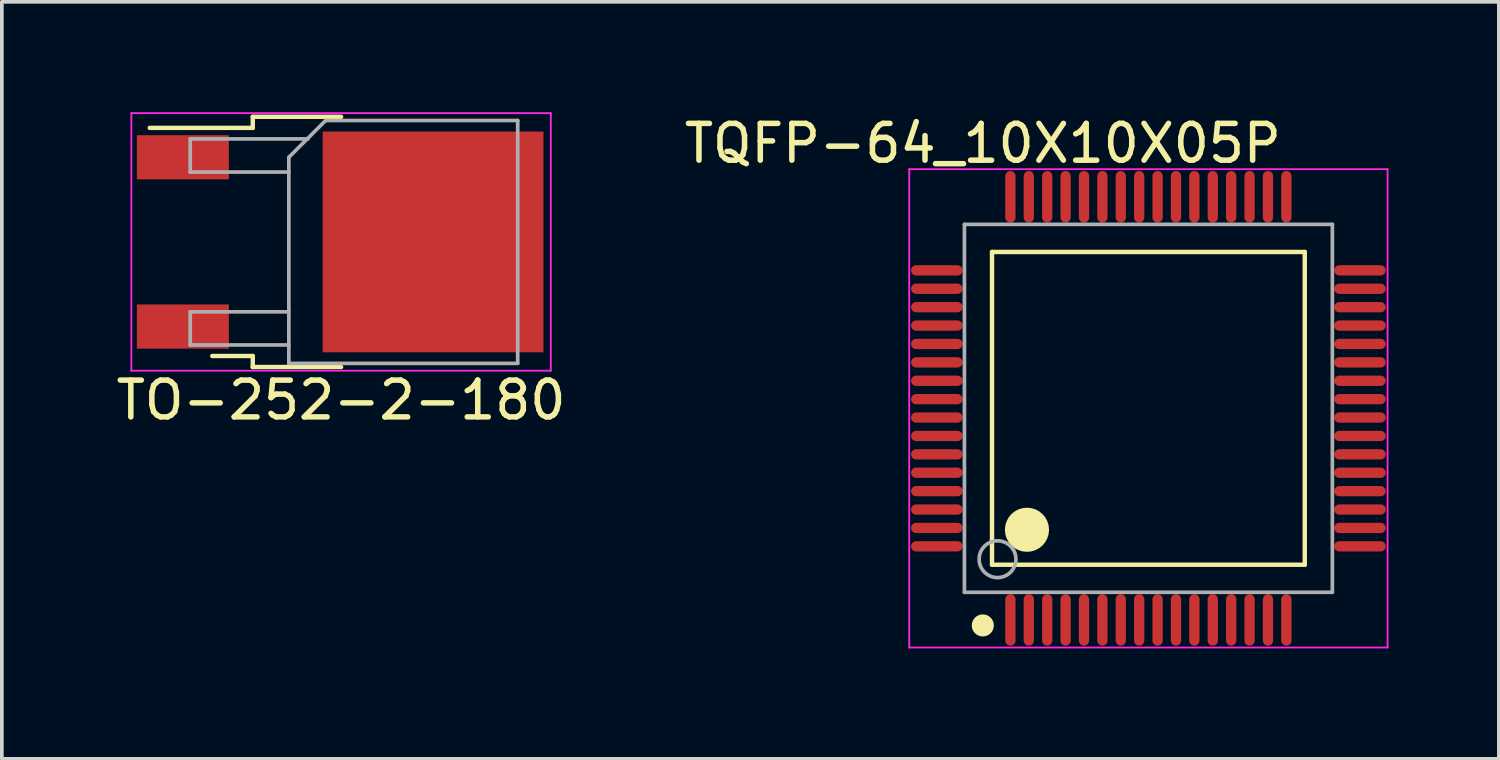
<source format=kicad_pcb>
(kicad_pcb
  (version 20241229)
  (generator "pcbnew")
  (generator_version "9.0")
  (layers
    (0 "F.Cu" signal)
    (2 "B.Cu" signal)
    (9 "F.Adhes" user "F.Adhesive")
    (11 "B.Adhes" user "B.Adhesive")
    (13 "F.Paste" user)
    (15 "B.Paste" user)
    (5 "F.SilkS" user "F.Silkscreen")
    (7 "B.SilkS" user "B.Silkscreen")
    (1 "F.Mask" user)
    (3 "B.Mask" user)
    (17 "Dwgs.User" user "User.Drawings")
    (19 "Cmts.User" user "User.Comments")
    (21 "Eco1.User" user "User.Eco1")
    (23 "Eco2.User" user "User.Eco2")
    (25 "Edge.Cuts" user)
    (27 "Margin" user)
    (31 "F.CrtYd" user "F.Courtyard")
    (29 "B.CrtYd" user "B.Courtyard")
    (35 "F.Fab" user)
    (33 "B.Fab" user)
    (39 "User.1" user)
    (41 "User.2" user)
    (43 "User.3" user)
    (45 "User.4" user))
  (footprint "TQFP-64_10X10X05P"
    (layer "F.Cu")
    (at 28.161 8.048)
    (property "Reference" "TQFP-64_10X10X05P" (at -4.5 -7.2 0) (layer "F.SilkS") (effects (font (size 1 1) (thickness 0.15))))
    (attr through_hole)
    (fp_line (start -4.25 -4.25) (end 4.25 -4.25) (stroke (width 0.12) (type solid)) (layer "F.SilkS"))
    (fp_line (start -4.25 4.25) (end -4.25 -4.25) (stroke (width 0.12) (type solid)) (layer "F.SilkS"))
    (fp_line (start -4.25 4.25) (end 4.25 4.25) (stroke (width 0.12) (type solid)) (layer "F.SilkS"))
    (fp_line (start 4.25 4.25) (end 4.25 -4.25) (stroke (width 0.12) (type solid)) (layer "F.SilkS"))
    (fp_circle (center -4.5 5.9) (end -4.35 5.9) (stroke (width 0.3) (type solid)) (fill no) (layer "F.SilkS"))
    (fp_circle (center -3.3 3.3) (end -3 3.3) (stroke (width 0.6) (type solid)) (fill no) (layer "F.SilkS"))
    (fp_line (start -6.5 -6.5) (end 6.5 -6.5) (stroke (width 0.05) (type solid)) (layer "F.CrtYd"))
    (fp_line (start -6.5 6.5) (end -6.5 -6.5) (stroke (width 0.05) (type solid)) (layer "F.CrtYd"))
    (fp_line (start 6.5 -6.5) (end 6.5 6.5) (stroke (width 0.05) (type solid)) (layer "F.CrtYd"))
    (fp_line (start 6.5 6.5) (end -6.5 6.5) (stroke (width 0.05) (type solid)) (layer "F.CrtYd"))
    (fp_line (start -5 -5) (end 5 -5) (stroke (width 0.1) (type solid)) (layer "F.Fab"))
    (fp_line (start -5 5) (end -5 -5) (stroke (width 0.1) (type solid)) (layer "F.Fab"))
    (fp_line (start -5 5) (end 5 5) (stroke (width 0.1) (type solid)) (layer "F.Fab"))
    (fp_line (start 5 5) (end 5 -5) (stroke (width 0.1) (type solid)) (layer "F.Fab"))
    (fp_circle (center -4.1 4.1) (end -3.6 4.1) (stroke (width 0.1) (type solid)) (fill no) (layer "F.Fab"))
    (pad "1" smd oval (at -3.75 5.75 180) (size 0.28 1.4) (layers "F.Cu" "F.Mask" "F.Paste"))
    (pad "2" smd oval (at -3.25 5.75 180) (size 0.28 1.4) (layers "F.Cu" "F.Mask" "F.Paste"))
    (pad "3" smd oval (at -2.75 5.75 180) (size 0.28 1.4) (layers "F.Cu" "F.Mask" "F.Paste"))
    (pad "4" smd oval (at -2.25 5.75 180) (size 0.28 1.4) (layers "F.Cu" "F.Mask" "F.Paste"))
    (pad "5" smd oval (at -1.75 5.75 180) (size 0.28 1.4) (layers "F.Cu" "F.Mask" "F.Paste"))
    (pad "6" smd oval (at -1.25 5.75 180) (size 0.28 1.4) (layers "F.Cu" "F.Mask" "F.Paste"))
    (pad "7" smd oval (at -0.75 5.75 180) (size 0.28 1.4) (layers "F.Cu" "F.Mask" "F.Paste"))
    (pad "8" smd oval (at -0.25 5.75 180) (size 0.28 1.4) (layers "F.Cu" "F.Mask" "F.Paste"))
    (pad "9" smd oval (at 0.25 5.75 180) (size 0.28 1.4) (layers "F.Cu" "F.Mask" "F.Paste"))
    (pad "10" smd oval (at 0.75 5.75 180) (size 0.28 1.4) (layers "F.Cu" "F.Mask" "F.Paste"))
    (pad "11" smd oval (at 1.25 5.75 180) (size 0.28 1.4) (layers "F.Cu" "F.Mask" "F.Paste"))
    (pad "12" smd oval (at 1.75 5.75 180) (size 0.28 1.4) (layers "F.Cu" "F.Mask" "F.Paste"))
    (pad "13" smd oval (at 2.25 5.75 180) (size 0.28 1.4) (layers "F.Cu" "F.Mask" "F.Paste"))
    (pad "14" smd oval (at 2.75 5.75 180) (size 0.28 1.4) (layers "F.Cu" "F.Mask" "F.Paste"))
    (pad "15" smd oval (at 3.25 5.75 180) (size 0.28 1.4) (layers "F.Cu" "F.Mask" "F.Paste"))
    (pad "16" smd oval (at 3.75 5.75 180) (size 0.28 1.4) (layers "F.Cu" "F.Mask" "F.Paste"))
    (pad "17" smd oval (at 5.75 3.75 90) (size 0.28 1.4) (layers "F.Cu" "F.Mask" "F.Paste"))
    (pad "18" smd oval (at 5.75 3.25 90) (size 0.28 1.4) (layers "F.Cu" "F.Mask" "F.Paste"))
    (pad "19" smd oval (at 5.75 2.75 90) (size 0.28 1.4) (layers "F.Cu" "F.Mask" "F.Paste"))
    (pad "20" smd oval (at 5.75 2.25 90) (size 0.28 1.4) (layers "F.Cu" "F.Mask" "F.Paste"))
    (pad "21" smd oval (at 5.75 1.75 90) (size 0.28 1.4) (layers "F.Cu" "F.Mask" "F.Paste"))
    (pad "22" smd oval (at 5.75 1.25 90) (size 0.28 1.4) (layers "F.Cu" "F.Mask" "F.Paste"))
    (pad "23" smd oval (at 5.75 0.75 90) (size 0.28 1.4) (layers "F.Cu" "F.Mask" "F.Paste"))
    (pad "24" smd oval (at 5.75 0.25 90) (size 0.28 1.4) (layers "F.Cu" "F.Mask" "F.Paste"))
    (pad "25" smd oval (at 5.75 -0.25 90) (size 0.28 1.4) (layers "F.Cu" "F.Mask" "F.Paste"))
    (pad "26" smd oval (at 5.75 -0.75 90) (size 0.28 1.4) (layers "F.Cu" "F.Mask" "F.Paste"))
    (pad "27" smd oval (at 5.75 -1.25 90) (size 0.28 1.4) (layers "F.Cu" "F.Mask" "F.Paste"))
    (pad "28" smd oval (at 5.75 -1.75 90) (size 0.28 1.4) (layers "F.Cu" "F.Mask" "F.Paste"))
    (pad "29" smd oval (at 5.75 -2.25 90) (size 0.28 1.4) (layers "F.Cu" "F.Mask" "F.Paste"))
    (pad "30" smd oval (at 5.75 -2.75 90) (size 0.28 1.4) (layers "F.Cu" "F.Mask" "F.Paste"))
    (pad "31" smd oval (at 5.75 -3.25 90) (size 0.28 1.4) (layers "F.Cu" "F.Mask" "F.Paste"))
    (pad "32" smd oval (at 5.75 -3.75 90) (size 0.28 1.4) (layers "F.Cu" "F.Mask" "F.Paste"))
    (pad "33" smd oval (at 3.75 -5.75 180) (size 0.28 1.4) (layers "F.Cu" "F.Mask" "F.Paste"))
    (pad "34" smd oval (at 3.25 -5.75 180) (size 0.28 1.4) (layers "F.Cu" "F.Mask" "F.Paste"))
    (pad "35" smd oval (at 2.75 -5.75 180) (size 0.28 1.4) (layers "F.Cu" "F.Mask" "F.Paste"))
    (pad "36" smd oval (at 2.25 -5.75 180) (size 0.28 1.4) (layers "F.Cu" "F.Mask" "F.Paste"))
    (pad "37" smd oval (at 1.75 -5.75 180) (size 0.28 1.4) (layers "F.Cu" "F.Mask" "F.Paste"))
    (pad "38" smd oval (at 1.25 -5.75 180) (size 0.28 1.4) (layers "F.Cu" "F.Mask" "F.Paste"))
    (pad "39" smd oval (at 0.75 -5.75 180) (size 0.28 1.4) (layers "F.Cu" "F.Mask" "F.Paste"))
    (pad "40" smd oval (at 0.25 -5.75 180) (size 0.28 1.4) (layers "F.Cu" "F.Mask" "F.Paste"))
    (pad "41" smd oval (at -0.25 -5.75 180) (size 0.28 1.4) (layers "F.Cu" "F.Mask" "F.Paste"))
    (pad "42" smd oval (at -0.75 -5.75 180) (size 0.28 1.4) (layers "F.Cu" "F.Mask" "F.Paste"))
    (pad "43" smd oval (at -1.25 -5.75 180) (size 0.28 1.4) (layers "F.Cu" "F.Mask" "F.Paste"))
    (pad "44" smd oval (at -1.75 -5.75 180) (size 0.28 1.4) (layers "F.Cu" "F.Mask" "F.Paste"))
    (pad "45" smd oval (at -2.25 -5.75 180) (size 0.28 1.4) (layers "F.Cu" "F.Mask" "F.Paste"))
    (pad "46" smd oval (at -2.75 -5.75 180) (size 0.28 1.4) (layers "F.Cu" "F.Mask" "F.Paste"))
    (pad "47" smd oval (at -3.25 -5.75 180) (size 0.28 1.4) (layers "F.Cu" "F.Mask" "F.Paste"))
    (pad "48" smd oval (at -3.75 -5.75 180) (size 0.28 1.4) (layers "F.Cu" "F.Mask" "F.Paste"))
    (pad "49" smd oval (at -5.75 -3.75 90) (size 0.28 1.4) (layers "F.Cu" "F.Mask" "F.Paste"))
    (pad "50" smd oval (at -5.75 -3.25 90) (size 0.28 1.4) (layers "F.Cu" "F.Mask" "F.Paste"))
    (pad "51" smd oval (at -5.75 -2.75 90) (size 0.28 1.4) (layers "F.Cu" "F.Mask" "F.Paste"))
    (pad "52" smd oval (at -5.75 -2.25 90) (size 0.28 1.4) (layers "F.Cu" "F.Mask" "F.Paste"))
    (pad "53" smd oval (at -5.75 -1.75 90) (size 0.28 1.4) (layers "F.Cu" "F.Mask" "F.Paste"))
    (pad "54" smd oval (at -5.75 -1.25 90) (size 0.28 1.4) (layers "F.Cu" "F.Mask" "F.Paste"))
    (pad "55" smd oval (at -5.75 -0.75 90) (size 0.28 1.4) (layers "F.Cu" "F.Mask" "F.Paste"))
    (pad "56" smd oval (at -5.75 -0.25 90) (size 0.28 1.4) (layers "F.Cu" "F.Mask" "F.Paste"))
    (pad "57" smd oval (at -5.75 0.25 90) (size 0.28 1.4) (layers "F.Cu" "F.Mask" "F.Paste"))
    (pad "58" smd oval (at -5.75 0.75 90) (size 0.28 1.4) (layers "F.Cu" "F.Mask" "F.Paste"))
    (pad "59" smd oval (at -5.75 1.25 90) (size 0.28 1.4) (layers "F.Cu" "F.Mask" "F.Paste"))
    (pad "60" smd oval (at -5.75 1.75 90) (size 0.28 1.4) (layers "F.Cu" "F.Mask" "F.Paste"))
    (pad "61" smd oval (at -5.75 2.25 90) (size 0.28 1.4) (layers "F.Cu" "F.Mask" "F.Paste"))
    (pad "62" smd oval (at -5.75 2.75 90) (size 0.28 1.4) (layers "F.Cu" "F.Mask" "F.Paste"))
    (pad "63" smd oval (at -5.75 3.25 90) (size 0.28 1.4) (layers "F.Cu" "F.Mask" "F.Paste"))
    (pad "64" smd oval (at -5.75 3.75 90) (size 0.28 1.4) (layers "F.Cu" "F.Mask" "F.Paste")))
  (footprint "TO-252-2-180"
    (layer "F.Cu")
    (at 6.22 3.525)
    (property "Reference" "TO-252-2-180" (at 0 4.3 0) (layer "F.SilkS") (effects (font (size 1 1) (thickness 0.15))))
    (attr through_hole)
    (fp_line (start -5.2 -3.1) (end -2.4 -3.1) (stroke (width 0.12) (type solid)) (layer "F.SilkS"))
    (fp_line (start -3.5 3.1) (end -2.4 3.1) (stroke (width 0.12) (type solid)) (layer "F.SilkS"))
    (fp_line (start -2.4 -3.4) (end 0 -3.4) (stroke (width 0.12) (type solid)) (layer "F.SilkS"))
    (fp_line (start -2.4 -3.1) (end -2.4 -3.4) (stroke (width 0.12) (type solid)) (layer "F.SilkS"))
    (fp_line (start -2.4 3.1) (end -2.4 3.4) (stroke (width 0.12) (type solid)) (layer "F.SilkS"))
    (fp_line (start -2.4 3.4) (end 0 3.4) (stroke (width 0.12) (type solid)) (layer "F.SilkS"))
    (fp_line (start -5.7 -3.5) (end 5.7 -3.5) (stroke (width 0.05) (type solid)) (layer "F.CrtYd"))
    (fp_line (start -5.7 3.5) (end -5.7 -3.5) (stroke (width 0.05) (type solid)) (layer "F.CrtYd"))
    (fp_line (start 5.7 -3.5) (end 5.7 3.5) (stroke (width 0.05) (type solid)) (layer "F.CrtYd"))
    (fp_line (start 5.7 3.5) (end -5.7 3.5) (stroke (width 0.05) (type solid)) (layer "F.CrtYd"))
    (fp_line (start -4.1 -2.8) (end -4.1 -1.9) (stroke (width 0.1) (type solid)) (layer "F.Fab"))
    (fp_line (start -4.1 -1.9) (end -1.42 -1.9) (stroke (width 0.1) (type solid)) (layer "F.Fab"))
    (fp_line (start -4.1 1.9) (end -4.1 2.8) (stroke (width 0.1) (type solid)) (layer "F.Fab"))
    (fp_line (start -4.1 2.8) (end -1.42 2.8) (stroke (width 0.1) (type solid)) (layer "F.Fab"))
    (fp_line (start -1.42 -2.3) (end -0.42 -3.3) (stroke (width 0.1) (type solid)) (layer "F.Fab"))
    (fp_line (start -1.42 1.9) (end -4.1 1.9) (stroke (width 0.1) (type solid)) (layer "F.Fab"))
    (fp_line (start -1.42 3.3) (end -1.42 -2.3) (stroke (width 0.1) (type solid)) (layer "F.Fab"))
    (fp_line (start -0.9 -2.8) (end -4.1 -2.8) (stroke (width 0.1) (type solid)) (layer "F.Fab"))
    (fp_line (start -0.42 -3.3) (end 4.8 -3.3) (stroke (width 0.1) (type solid)) (layer "F.Fab"))
    (fp_line (start 4.8 -3.3) (end 4.8 3.3) (stroke (width 0.1) (type solid)) (layer "F.Fab"))
    (fp_line (start 4.8 3.3) (end -1.42 3.3) (stroke (width 0.1) (type solid)) (layer "F.Fab"))
    (pad "1" smd rect (at -4.3 -2.3) (size 2.5 1.2) (layers "F.Cu" "F.Mask" "F.Paste"))
    (pad "2" smd rect (at 2.5 0) (size 6 6) (layers "F.Cu" "F.Mask" "F.Paste"))
    (pad "3" smd rect (at -4.3 2.3) (size 2.5 1.2) (layers "F.Cu" "F.Mask" "F.Paste")))
  (gr_rect
    (start -3 -3)
    (end 37.686 17.573)
    (stroke (width 0.1) (type default))
    (fill no)
    (layer "Edge.Cuts")))
</source>
